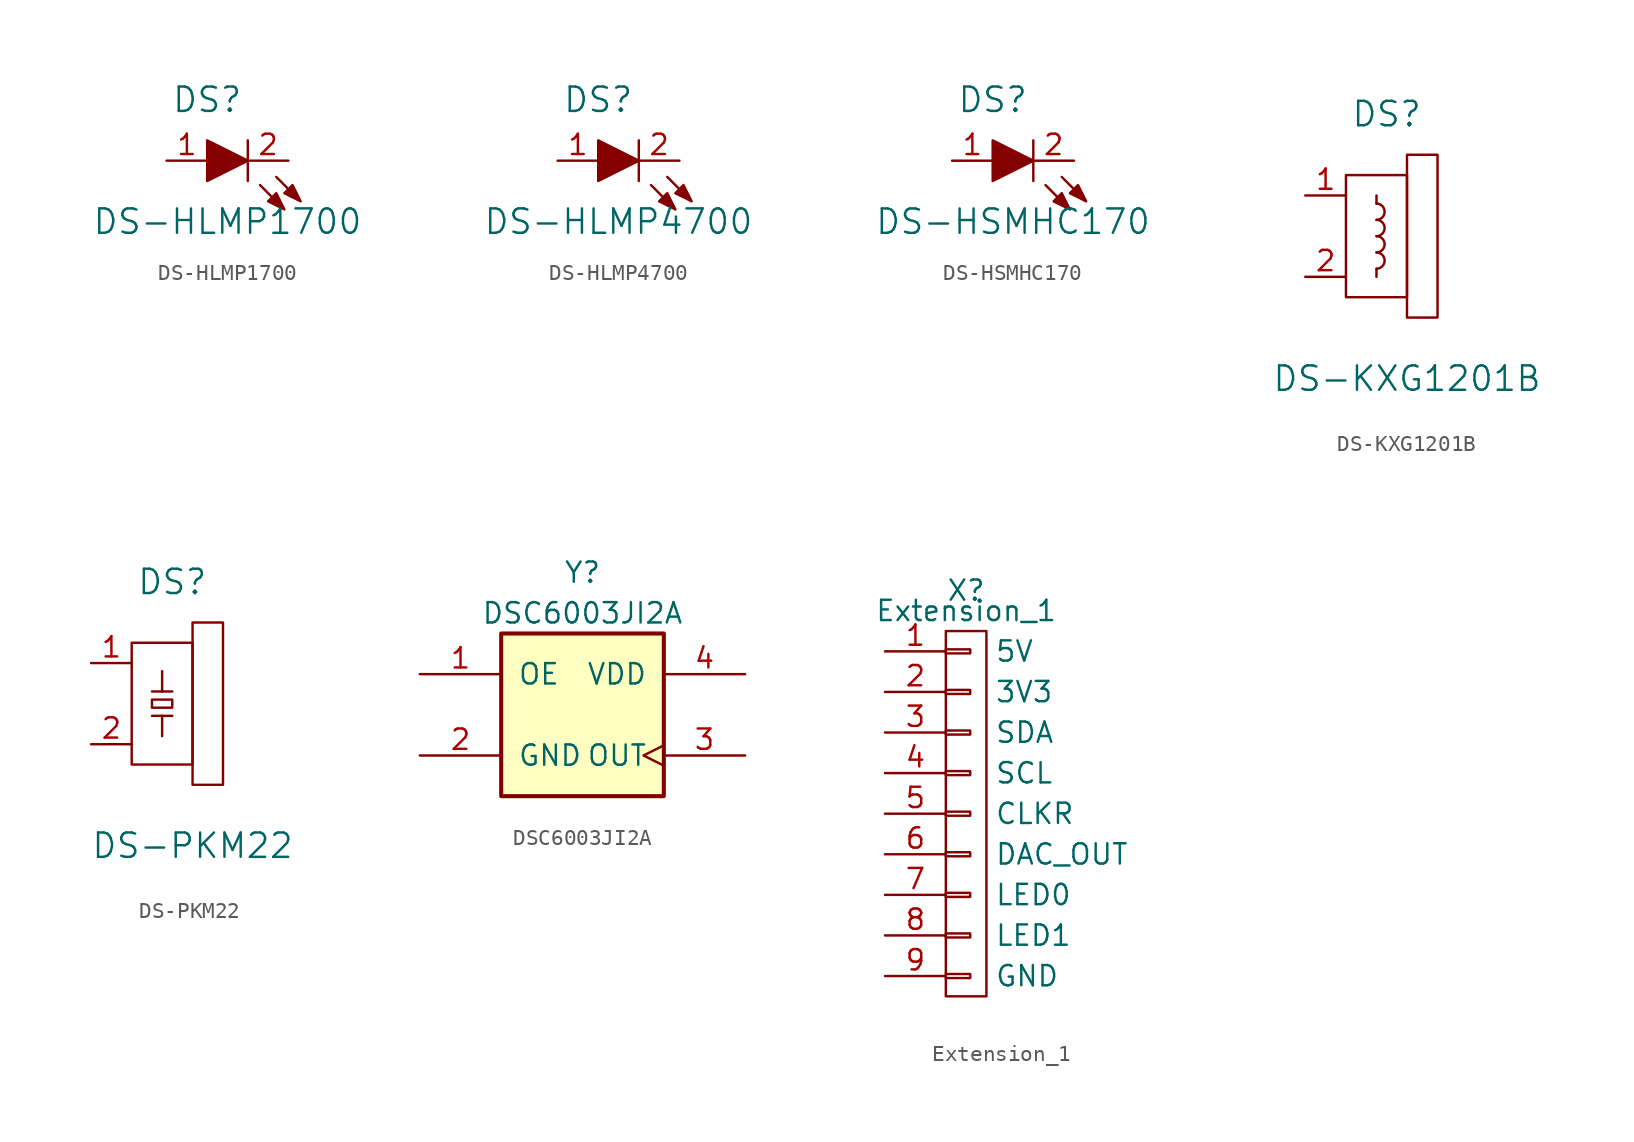
<source format=kicad_sym>
(kicad_symbol_lib
  (version 20211014)
  (generator kicad_symbol_editor)
  (symbol "DS-HLMP1700"
    (pin_names
      (offset 1.016) hide)
    (property "Reference" "DS"
      (at -1.27 3.81 0)
      (effects (font (size 1.524 1.524))))
    (property "Value" "DS-HLMP1700"
      (at 0 -3.81 0)
      (effects (font (size 1.524 1.524))))
    (property "Footprint" ""
      (at 0 0 0)
      (effects (font (size 1.524 1.524))))
    (property "Datasheet" ""
      (at 0 0 0)
      (effects (font (size 1.524 1.524))))
    (symbol "DS-HLMP1700_0_0"
      (polyline (pts (xy 1.27 1.27) (xy 1.27 -1.27)) (stroke (width 0) (type default) (color 0 0 0 0)) (fill (type none)))
      (polyline (pts (xy -1.27 1.27) (xy -1.27 -1.27) (xy 1.27 0) (xy -1.27 1.27)) (stroke (width 0) (type default) (color 0 0 0 0)) (fill (type outline)))
      (polyline (pts (xy 2.032 -1.524) (xy 3.556 -3.048) (xy 3.048 -2.032) (xy 2.54 -2.54) (xy 3.556 -3.048)) (stroke (width 0) (type default) (color 0 0 0 0)) (fill (type outline)))
      (polyline (pts (xy 3.048 -1.016) (xy 4.572 -2.54) (xy 4.064 -1.524) (xy 3.556 -2.032) (xy 4.572 -2.54)) (stroke (width 0) (type default) (color 0 0 0 0)) (fill (type outline))))
    (symbol "DS-HLMP1700_1_1"
      (pin passive line (at -3.81 0 0) (length 2.54) (name "Anode" (effects (font (size 1.27 1.27)))) (number "1" (effects (font (size 1.27 1.27)))))
      (pin passive line (at 3.81 0 180) (length 2.54) (name "Cathode" (effects (font (size 1.27 1.27)))) (number "2" (effects (font (size 1.27 1.27)))))))
  (symbol "DS-HLMP4700"
    (pin_names
      (offset 1.016) hide)
    (property "Reference" "DS"
      (at -1.27 3.81 0)
      (effects (font (size 1.524 1.524))))
    (property "Value" "DS-HLMP4700"
      (at 0 -3.81 0)
      (effects (font (size 1.524 1.524))))
    (property "Footprint" ""
      (at 0 0 0)
      (effects (font (size 1.524 1.524))))
    (property "Datasheet" ""
      (at 0 0 0)
      (effects (font (size 1.524 1.524))))
    (symbol "DS-HLMP4700_0_0"
      (polyline (pts (xy 1.27 1.27) (xy 1.27 -1.27)) (stroke (width 0) (type default) (color 0 0 0 0)) (fill (type none)))
      (polyline (pts (xy -1.27 1.27) (xy -1.27 -1.27) (xy 1.27 0) (xy -1.27 1.27)) (stroke (width 0) (type default) (color 0 0 0 0)) (fill (type outline)))
      (polyline (pts (xy 2.032 -1.524) (xy 3.556 -3.048) (xy 3.048 -2.032) (xy 2.54 -2.54) (xy 3.556 -3.048)) (stroke (width 0) (type default) (color 0 0 0 0)) (fill (type outline)))
      (polyline (pts (xy 3.048 -1.016) (xy 4.572 -2.54) (xy 4.064 -1.524) (xy 3.556 -2.032) (xy 4.572 -2.54)) (stroke (width 0) (type default) (color 0 0 0 0)) (fill (type outline))))
    (symbol "DS-HLMP4700_1_1"
      (pin passive line (at -3.81 0 0) (length 2.54) (name "Anode" (effects (font (size 1.27 1.27)))) (number "1" (effects (font (size 1.27 1.27)))))
      (pin passive line (at 3.81 0 180) (length 2.54) (name "Cathode" (effects (font (size 1.27 1.27)))) (number "2" (effects (font (size 1.27 1.27)))))))
  (symbol "DS-HSMHC170"
    (pin_names
      (offset 1.016) hide)
    (property "Reference" "DS"
      (at -1.27 3.81 0)
      (effects (font (size 1.524 1.524))))
    (property "Value" "DS-HSMHC170"
      (at 0 -3.81 0)
      (effects (font (size 1.524 1.524))))
    (property "Footprint" ""
      (at 0 0 0)
      (effects (font (size 1.524 1.524))))
    (property "Datasheet" ""
      (at 0 0 0)
      (effects (font (size 1.524 1.524))))
    (symbol "DS-HSMHC170_0_0"
      (polyline (pts (xy 1.27 1.27) (xy 1.27 -1.27)) (stroke (width 0) (type default) (color 0 0 0 0)) (fill (type none)))
      (polyline (pts (xy -1.27 1.27) (xy -1.27 -1.27) (xy 1.27 0) (xy -1.27 1.27)) (stroke (width 0) (type default) (color 0 0 0 0)) (fill (type outline)))
      (polyline (pts (xy 2.032 -1.524) (xy 3.556 -3.048) (xy 3.048 -2.032) (xy 2.54 -2.54) (xy 3.556 -3.048)) (stroke (width 0) (type default) (color 0 0 0 0)) (fill (type outline)))
      (polyline (pts (xy 3.048 -1.016) (xy 4.572 -2.54) (xy 4.064 -1.524) (xy 3.556 -2.032) (xy 4.572 -2.54)) (stroke (width 0) (type default) (color 0 0 0 0)) (fill (type outline))))
    (symbol "DS-HSMHC170_1_1"
      (pin passive line (at -3.81 0 0) (length 2.54) (name "Anode" (effects (font (size 1.27 1.27)))) (number "1" (effects (font (size 1.27 1.27)))))
      (pin passive line (at 3.81 0 180) (length 2.54) (name "Cathode" (effects (font (size 1.27 1.27)))) (number "2" (effects (font (size 1.27 1.27)))))))
  (symbol "DS-KXG1201B"
    (pin_names
      (offset 1.016) hide)
    (property "Reference" "DS"
      (at 0 7.62 0)
      (effects (font (size 1.524 1.524))))
    (property "Value" "DS-KXG1201B"
      (at 1.27 -8.89 0)
      (effects (font (size 1.524 1.524))))
    (property "Footprint" ""
      (at 0 0 0)
      (effects (font (size 1.524 1.524))))
    (property "Datasheet" ""
      (at 0 0 0)
      (effects (font (size 1.524 1.524))))
    (symbol "DS-KXG1201B_0_0"
      (rectangle (start -2.54 3.81) (end 1.27 -3.81) (stroke (width 0) (type default) (color 0 0 0 0)) (fill (type none)))
      (arc (start -0.635 -2.032) (mid -0.127 -1.524) (end -0.635 -1.016) (stroke (width 0) (type default) (color 0 0 0 0)) (fill (type none)))
      (arc (start -0.635 -1.016) (mid -0.127 -0.508) (end -0.635 0) (stroke (width 0) (type default) (color 0 0 0 0)) (fill (type none)))
      (arc (start -0.635 0) (mid -0.127 0.508) (end -0.635 1.016) (stroke (width 0) (type default) (color 0 0 0 0)) (fill (type none)))
      (arc (start -0.635 1.016) (mid -0.127 1.524) (end -0.635 2.032) (stroke (width 0) (type default) (color 0 0 0 0)) (fill (type none)))
      (polyline (pts (xy -0.635 -2.032) (xy -0.635 -2.54)) (stroke (width 0) (type default) (color 0 0 0 0)) (fill (type none)))
      (polyline (pts (xy -0.635 2.032) (xy -0.635 2.54)) (stroke (width 0) (type default) (color 0 0 0 0)) (fill (type none)))
      (rectangle (start 3.175 5.08) (end 1.27 -5.08) (stroke (width 0) (type default) (color 0 0 0 0)) (fill (type none))))
    (symbol "DS-KXG1201B_1_1"
      (pin passive line (at -5.08 2.54 0) (length 2.54) (name "1" (effects (font (size 1.27 1.27)))) (number "1" (effects (font (size 1.27 1.27)))))
      (pin passive line (at -5.08 -2.54 0) (length 2.54) (name "2" (effects (font (size 1.27 1.27)))) (number "2" (effects (font (size 1.27 1.27)))))))
  (symbol "DS-PKM22"
    (pin_names
      (offset 1.016) hide)
    (property "Reference" "DS"
      (at 0 7.62 0)
      (effects (font (size 1.524 1.524))))
    (property "Value" "DS-PKM22"
      (at 1.27 -8.89 0)
      (effects (font (size 1.524 1.524))))
    (property "Footprint" ""
      (at 0 0 0)
      (effects (font (size 1.524 1.524))))
    (property "Datasheet" ""
      (at 0 0 0)
      (effects (font (size 1.524 1.524))))
    (symbol "DS-PKM22_0_0"
      (rectangle (start -2.54 3.81) (end 1.27 -3.81) (stroke (width 0) (type default) (color 0 0 0 0)) (fill (type none)))
      (rectangle (start 3.175 5.08) (end 1.27 -5.08) (stroke (width 0) (type default) (color 0 0 0 0)) (fill (type none))))
    (symbol "DS-PKM22_0_1"
      (rectangle (start -1.27 0.254) (end 0 -0.254) (stroke (width 0) (type default) (color 0 0 0 0)) (fill (type none)))
      (polyline (pts (xy -1.27 -0.762) (xy 0 -0.762)) (stroke (width 0) (type default) (color 0 0 0 0)) (fill (type none)))
      (polyline (pts (xy -1.27 0.762) (xy 0 0.762)) (stroke (width 0) (type default) (color 0 0 0 0)) (fill (type none)))
      (polyline (pts (xy -0.635 -0.762) (xy -0.635 -2.032)) (stroke (width 0) (type default) (color 0 0 0 0)) (fill (type none)))
      (polyline (pts (xy -0.635 0.762) (xy -0.635 2.032)) (stroke (width 0) (type default) (color 0 0 0 0)) (fill (type none))))
    (symbol "DS-PKM22_1_1"
      (pin passive line (at -5.08 2.54 0) (length 2.54) (name "1" (effects (font (size 1.27 1.27)))) (number "1" (effects (font (size 1.27 1.27)))))
      (pin passive line (at -5.08 -2.54 0) (length 2.54) (name "2" (effects (font (size 1.27 1.27)))) (number "2" (effects (font (size 1.27 1.27)))))))
  (symbol "DSC6003JI2A"
    (pin_names
      (offset 1.016))
    (property "Reference" "Y"
      (at 0 8.89 0)
      (effects (font (size 1.27 1.27))))
    (property "Value" "DSC6003JI2A"
      (at 0 6.35 0)
      (effects (font (size 1.27 1.27))))
    (symbol "DSC6003JI2A_0_1"
      (rectangle (start -5.08 5.08) (end 5.08 -5.08) (stroke (width 0.254) (type default) (color 0 0 0 0)) (fill (type background))))
    (symbol "DSC6003JI2A_1_1"
      (pin input line (at -10.16 2.54 0) (length 5.08) (name "OE" (effects (font (size 1.27 1.27)))) (number "1" (effects (font (size 1.27 1.27)))))
      (pin power_in line (at -10.16 -2.54 0) (length 5.08) (name "GND" (effects (font (size 1.27 1.27)))) (number "2" (effects (font (size 1.27 1.27)))))
      (pin output clock (at 10.16 -2.54 180) (length 5.08) (name "OUT" (effects (font (size 1.27 1.27)))) (number "3" (effects (font (size 1.27 1.27)))))
      (pin power_in line (at 10.16 2.54 180) (length 5.08) (name "VDD" (effects (font (size 1.27 1.27)))) (number "4" (effects (font (size 1.27 1.27)))))))
  (symbol "Extension_1"
    (pin_names
      (offset 3.048))
    (property "Reference" "X"
      (at 0 13.97 0)
      (effects (font (size 1.27 1.27))))
    (property "Value" "Extension_1"
      (at 0 12.7 0)
      (effects (font (size 1.27 1.27))))
    (property "Datasheet" ""
      (at 0 1.27 0)
      (effects (font (size 1.27 1.27))))
    (symbol "Extension_1_0_1"
      (rectangle (start -1.27 -11.43) (end 1.27 11.43) (stroke (width 0) (type default) (color 0 0 0 0)) (fill (type none)))
      (rectangle (start -1.27 -10.033) (end 0.254 -10.287) (stroke (width 0) (type default) (color 0 0 0 0)) (fill (type none)))
      (rectangle (start -1.27 -7.493) (end 0.254 -7.747) (stroke (width 0) (type default) (color 0 0 0 0)) (fill (type none)))
      (rectangle (start -1.27 -4.953) (end 0.254 -5.207) (stroke (width 0) (type default) (color 0 0 0 0)) (fill (type none)))
      (rectangle (start -1.27 -2.413) (end 0.254 -2.667) (stroke (width 0) (type default) (color 0 0 0 0)) (fill (type none)))
      (rectangle (start -1.27 0.127) (end 0.254 -0.127) (stroke (width 0) (type default) (color 0 0 0 0)) (fill (type none)))
      (rectangle (start -1.27 2.667) (end 0.254 2.413) (stroke (width 0) (type default) (color 0 0 0 0)) (fill (type none)))
      (rectangle (start -1.27 5.207) (end 0.254 4.953) (stroke (width 0) (type default) (color 0 0 0 0)) (fill (type none)))
      (rectangle (start -1.27 7.747) (end 0.254 7.493) (stroke (width 0) (type default) (color 0 0 0 0)) (fill (type none)))
      (rectangle (start -1.27 10.287) (end 0.254 10.033) (stroke (width 0) (type default) (color 0 0 0 0)) (fill (type none))))
    (symbol "Extension_1_1_1"
      (pin power_out line (at -5.08 10.16 0) (length 3.81) (name "5V" (effects (font (size 1.27 1.27)))) (number "1" (effects (font (size 1.27 1.27)))))
      (pin power_out line (at -5.08 7.62 0) (length 3.81) (name "3V3" (effects (font (size 1.27 1.27)))) (number "2" (effects (font (size 1.27 1.27)))))
      (pin bidirectional line (at -5.08 5.08 0) (length 3.81) (name "SDA" (effects (font (size 1.27 1.27)))) (number "3" (effects (font (size 1.27 1.27)))))
      (pin bidirectional line (at -5.08 2.54 0) (length 3.81) (name "SCL" (effects (font (size 1.27 1.27)))) (number "4" (effects (font (size 1.27 1.27)))))
      (pin output line (at -5.08 0 0) (length 3.81) (name "CLKR" (effects (font (size 1.27 1.27)))) (number "5" (effects (font (size 1.27 1.27)))))
      (pin output line (at -5.08 -2.54 0) (length 3.81) (name "DAC_OUT" (effects (font (size 1.27 1.27)))) (number "6" (effects (font (size 1.27 1.27)))))
      (pin input line (at -5.08 -5.08 0) (length 3.81) (name "LED0" (effects (font (size 1.27 1.27)))) (number "7" (effects (font (size 1.27 1.27)))))
      (pin input line (at -5.08 -7.62 0) (length 3.81) (name "LED1" (effects (font (size 1.27 1.27)))) (number "8" (effects (font (size 1.27 1.27)))))
      (pin power_out line (at -5.08 -10.16 0) (length 3.81) (name "GND" (effects (font (size 1.27 1.27)))) (number "9" (effects (font (size 1.27 1.27))))))))
</source>
